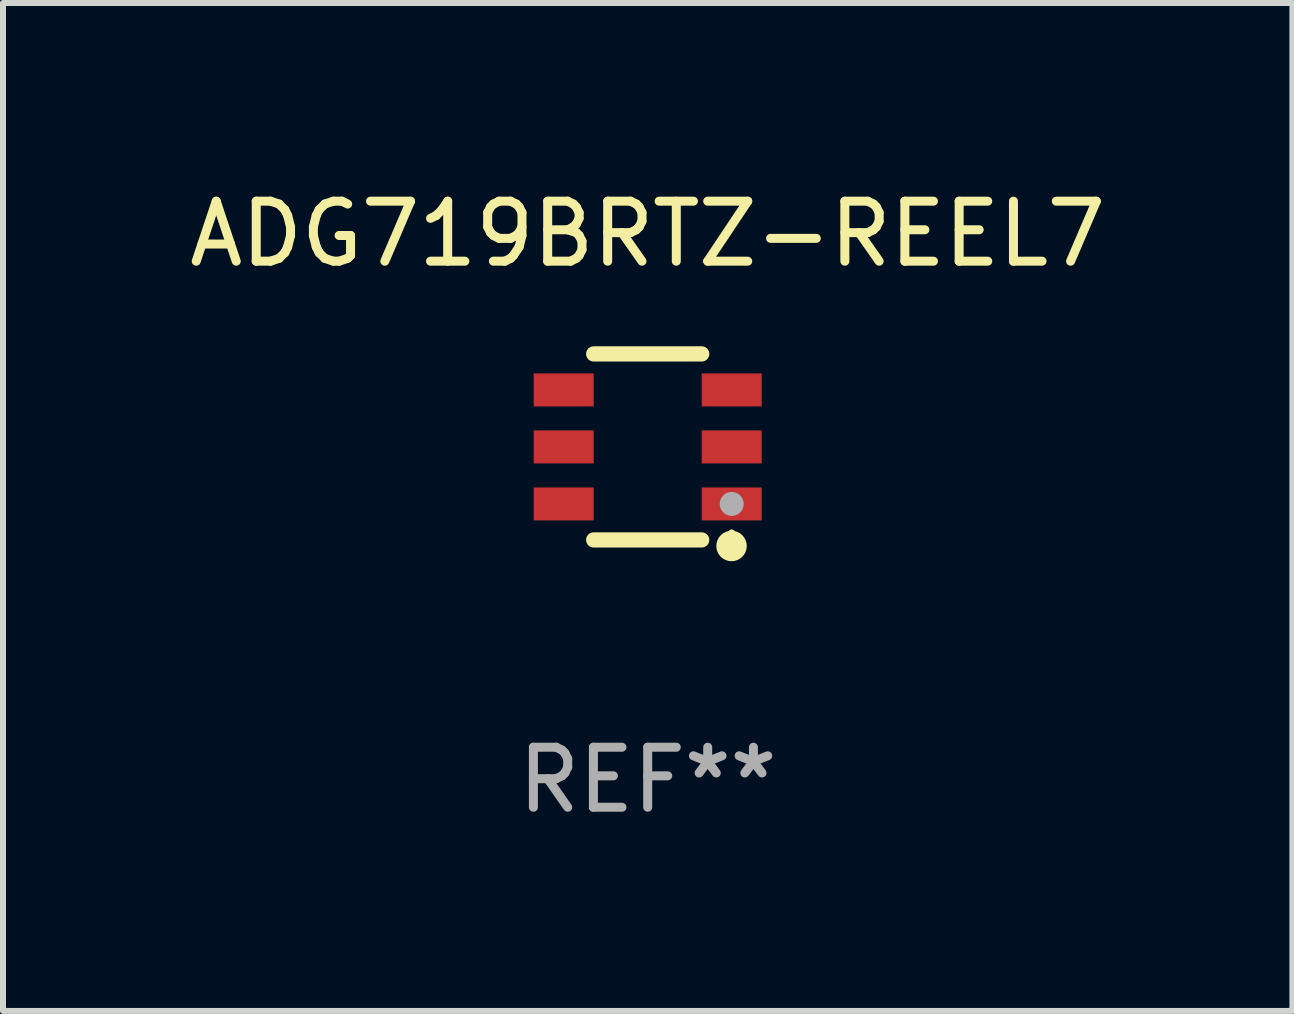
<source format=kicad_pcb>
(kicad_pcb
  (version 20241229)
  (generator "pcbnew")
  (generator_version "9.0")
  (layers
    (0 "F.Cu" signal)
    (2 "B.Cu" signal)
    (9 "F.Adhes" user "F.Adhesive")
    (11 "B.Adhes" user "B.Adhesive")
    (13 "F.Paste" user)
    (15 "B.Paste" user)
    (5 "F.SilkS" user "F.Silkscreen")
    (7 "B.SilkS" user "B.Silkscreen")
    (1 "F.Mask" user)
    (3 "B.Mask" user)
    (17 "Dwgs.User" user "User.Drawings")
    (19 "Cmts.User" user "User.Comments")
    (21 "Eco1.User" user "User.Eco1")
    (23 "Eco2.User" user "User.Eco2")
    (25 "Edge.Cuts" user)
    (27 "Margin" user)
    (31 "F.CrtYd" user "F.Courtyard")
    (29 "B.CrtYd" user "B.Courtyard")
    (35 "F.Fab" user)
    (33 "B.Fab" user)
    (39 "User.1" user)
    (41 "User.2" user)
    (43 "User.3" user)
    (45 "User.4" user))
  (footprint "ADG719BRTZ-REEL7"
    (layer "F.Cu")
    (at 7.744 4.398)
    (property "Reference" "ADG719BRTZ-REEL7" (at 0 -3.55 0) (layer "F.SilkS") (effects (font (size 1 1) (thickness 0.15))))
    (attr through_hole)
    (fp_line (start -0.9 -1.55) (end 0.9 -1.55) (stroke (width 0.254) (type solid)) (layer "F.SilkS"))
    (fp_line (start -0.9 1.55) (end 0.9 1.55) (stroke (width 0.254) (type solid)) (layer "F.SilkS"))
    (fp_circle (center 1.397 1.651) (end 1.524 1.651) (stroke (width 0.254) (type solid)) (fill no) (layer "F.SilkS"))
    (fp_circle (center 1.4 1.435) (end 1.43 1.435) (stroke (width 0.06) (type solid)) (fill no) (layer "F.SilkS"))
    (fp_circle (center 1.4 0.95) (end 1.5 0.95) (stroke (width 0.2) (type solid)) (fill no) (layer "F.Fab"))
    (fp_text user "REF**" (at 0 5.55 0) (layer "F.Fab") (effects (font (size 1 1) (thickness 0.15))))
    (pad "1" smd rect (at 1.4 0.95) (size 1 0.55) (layers "F.Cu" "F.Mask" "F.Paste"))
    (pad "2" smd rect (at 1.4 -0.000102) (size 1 0.55) (layers "F.Cu" "F.Mask" "F.Paste"))
    (pad "3" smd rect (at 1.4 -0.95) (size 1 0.55) (layers "F.Cu" "F.Mask" "F.Paste"))
    (pad "4" smd rect (at -1.4 -0.95) (size 1 0.55) (layers "F.Cu" "F.Mask" "F.Paste"))
    (pad "5" smd rect (at -1.4 -0.000102) (size 1 0.55) (layers "F.Cu" "F.Mask" "F.Paste"))
    (pad "6" smd rect (at -1.4 0.95) (size 1 0.55) (layers "F.Cu" "F.Mask" "F.Paste")))
  (gr_rect
    (start -3 -3)
    (end 18.488 13.797)
    (stroke (width 0.1) (type default))
    (fill no)
    (layer "Edge.Cuts")))
</source>
